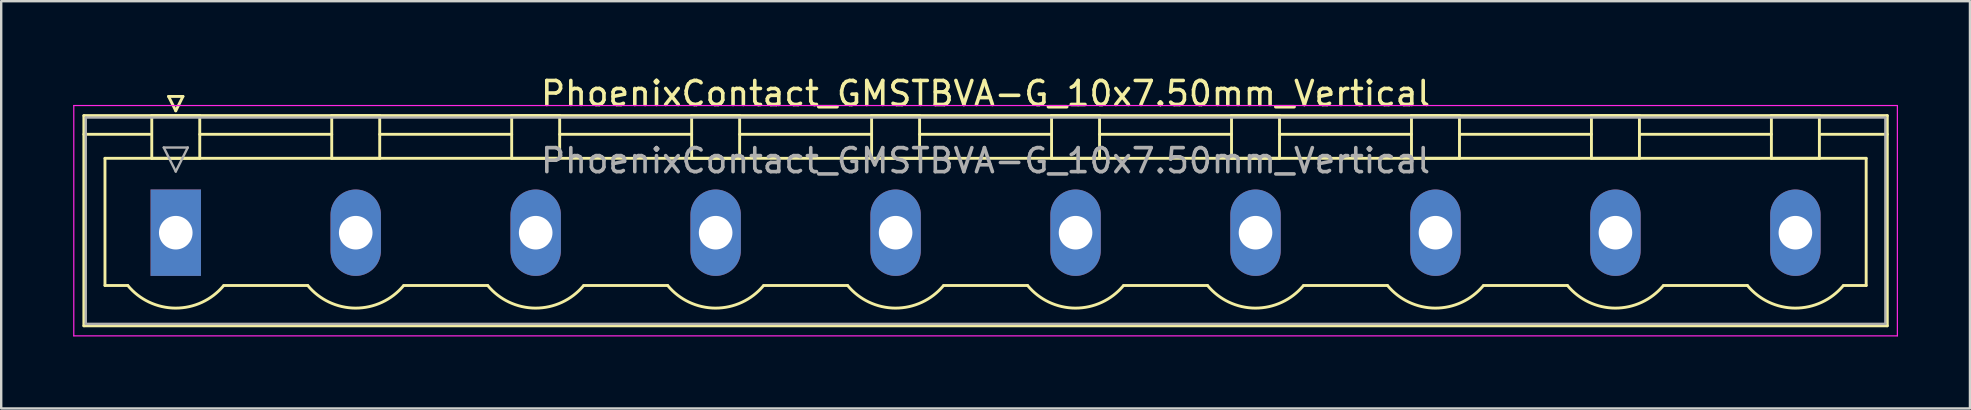
<source format=kicad_pcb>
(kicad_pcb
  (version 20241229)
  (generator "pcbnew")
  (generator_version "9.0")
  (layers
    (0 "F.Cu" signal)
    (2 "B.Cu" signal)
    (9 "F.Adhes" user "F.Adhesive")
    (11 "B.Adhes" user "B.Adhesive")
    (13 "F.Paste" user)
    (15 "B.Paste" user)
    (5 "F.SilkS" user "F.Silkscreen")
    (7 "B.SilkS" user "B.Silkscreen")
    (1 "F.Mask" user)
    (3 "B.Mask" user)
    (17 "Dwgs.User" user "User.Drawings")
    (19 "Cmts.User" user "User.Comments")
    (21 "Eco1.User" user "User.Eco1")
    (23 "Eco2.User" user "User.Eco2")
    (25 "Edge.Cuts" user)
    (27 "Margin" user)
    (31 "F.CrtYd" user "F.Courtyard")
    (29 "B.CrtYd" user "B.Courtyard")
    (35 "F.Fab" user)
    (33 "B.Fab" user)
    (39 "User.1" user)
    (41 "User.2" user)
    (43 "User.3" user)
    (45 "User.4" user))
  (footprint "PhoenixContact_GMSTBVA-G_10x7.50mm_Vertical"
    (layer "F.Cu")
    (at 4.275 6.648)
    (property "Reference" "PhoenixContact_GMSTBVA-G_10x7.50mm_Vertical" (at 33.75 -5.8 0) (layer "F.SilkS") (effects (font (size 1 1) (thickness 0.15))))
    (attr through_hole)
    (fp_line (start -3.83 -4.88) (end -3.83 3.88) (stroke (width 0.12) (type solid)) (layer "F.SilkS"))
    (fp_line (start -3.83 -4.1) (end -1.08 -4.1) (stroke (width 0.12) (type solid)) (layer "F.SilkS"))
    (fp_line (start -3.83 3.88) (end 71.33 3.88) (stroke (width 0.12) (type solid)) (layer "F.SilkS"))
    (fp_line (start -2.95 -3.1) (end 70.45 -3.1) (stroke (width 0.12) (type solid)) (layer "F.SilkS"))
    (fp_line (start -2.95 2.2) (end -2.95 -3.1) (stroke (width 0.12) (type solid)) (layer "F.SilkS"))
    (fp_line (start -2 2.2) (end -2.95 2.2) (stroke (width 0.12) (type solid)) (layer "F.SilkS"))
    (fp_line (start -1 -4.88) (end 1 -4.88) (stroke (width 0.12) (type solid)) (layer "F.SilkS"))
    (fp_line (start -1 -3.1) (end -1 -4.88) (stroke (width 0.12) (type solid)) (layer "F.SilkS"))
    (fp_line (start -0.3 -5.68) (end 0.3 -5.68) (stroke (width 0.12) (type solid)) (layer "F.SilkS"))
    (fp_line (start 0 -5.08) (end -0.3 -5.68) (stroke (width 0.12) (type solid)) (layer "F.SilkS"))
    (fp_line (start 0.3 -5.68) (end 0 -5.08) (stroke (width 0.12) (type solid)) (layer "F.SilkS"))
    (fp_line (start 1 -4.88) (end 1 -3.1) (stroke (width 0.12) (type solid)) (layer "F.SilkS"))
    (fp_line (start 1 -4.1) (end 6.5 -4.1) (stroke (width 0.12) (type solid)) (layer "F.SilkS"))
    (fp_line (start 1 -3.1) (end -1 -3.1) (stroke (width 0.12) (type solid)) (layer "F.SilkS"))
    (fp_line (start 2 2.2) (end 5.5 2.2) (stroke (width 0.12) (type solid)) (layer "F.SilkS"))
    (fp_line (start 6.5 -4.88) (end 8.5 -4.88) (stroke (width 0.12) (type solid)) (layer "F.SilkS"))
    (fp_line (start 6.5 -3.1) (end 6.5 -4.88) (stroke (width 0.12) (type solid)) (layer "F.SilkS"))
    (fp_line (start 8.5 -4.88) (end 8.5 -3.1) (stroke (width 0.12) (type solid)) (layer "F.SilkS"))
    (fp_line (start 8.5 -4.1) (end 14 -4.1) (stroke (width 0.12) (type solid)) (layer "F.SilkS"))
    (fp_line (start 8.5 -3.1) (end 6.5 -3.1) (stroke (width 0.12) (type solid)) (layer "F.SilkS"))
    (fp_line (start 9.5 2.2) (end 13 2.2) (stroke (width 0.12) (type solid)) (layer "F.SilkS"))
    (fp_line (start 14 -4.88) (end 16 -4.88) (stroke (width 0.12) (type solid)) (layer "F.SilkS"))
    (fp_line (start 14 -3.1) (end 14 -4.88) (stroke (width 0.12) (type solid)) (layer "F.SilkS"))
    (fp_line (start 16 -4.88) (end 16 -3.1) (stroke (width 0.12) (type solid)) (layer "F.SilkS"))
    (fp_line (start 16 -4.1) (end 21.5 -4.1) (stroke (width 0.12) (type solid)) (layer "F.SilkS"))
    (fp_line (start 16 -3.1) (end 14 -3.1) (stroke (width 0.12) (type solid)) (layer "F.SilkS"))
    (fp_line (start 17 2.2) (end 20.5 2.2) (stroke (width 0.12) (type solid)) (layer "F.SilkS"))
    (fp_line (start 21.5 -4.88) (end 23.5 -4.88) (stroke (width 0.12) (type solid)) (layer "F.SilkS"))
    (fp_line (start 21.5 -3.1) (end 21.5 -4.88) (stroke (width 0.12) (type solid)) (layer "F.SilkS"))
    (fp_line (start 23.5 -4.88) (end 23.5 -3.1) (stroke (width 0.12) (type solid)) (layer "F.SilkS"))
    (fp_line (start 23.5 -4.1) (end 29 -4.1) (stroke (width 0.12) (type solid)) (layer "F.SilkS"))
    (fp_line (start 23.5 -3.1) (end 21.5 -3.1) (stroke (width 0.12) (type solid)) (layer "F.SilkS"))
    (fp_line (start 24.5 2.2) (end 28 2.2) (stroke (width 0.12) (type solid)) (layer "F.SilkS"))
    (fp_line (start 29 -4.88) (end 31 -4.88) (stroke (width 0.12) (type solid)) (layer "F.SilkS"))
    (fp_line (start 29 -3.1) (end 29 -4.88) (stroke (width 0.12) (type solid)) (layer "F.SilkS"))
    (fp_line (start 31 -4.88) (end 31 -3.1) (stroke (width 0.12) (type solid)) (layer "F.SilkS"))
    (fp_line (start 31 -4.1) (end 36.5 -4.1) (stroke (width 0.12) (type solid)) (layer "F.SilkS"))
    (fp_line (start 31 -3.1) (end 29 -3.1) (stroke (width 0.12) (type solid)) (layer "F.SilkS"))
    (fp_line (start 32 2.2) (end 35.5 2.2) (stroke (width 0.12) (type solid)) (layer "F.SilkS"))
    (fp_line (start 36.5 -4.88) (end 38.5 -4.88) (stroke (width 0.12) (type solid)) (layer "F.SilkS"))
    (fp_line (start 36.5 -3.1) (end 36.5 -4.88) (stroke (width 0.12) (type solid)) (layer "F.SilkS"))
    (fp_line (start 38.5 -4.88) (end 38.5 -3.1) (stroke (width 0.12) (type solid)) (layer "F.SilkS"))
    (fp_line (start 38.5 -4.1) (end 44 -4.1) (stroke (width 0.12) (type solid)) (layer "F.SilkS"))
    (fp_line (start 38.5 -3.1) (end 36.5 -3.1) (stroke (width 0.12) (type solid)) (layer "F.SilkS"))
    (fp_line (start 39.5 2.2) (end 43 2.2) (stroke (width 0.12) (type solid)) (layer "F.SilkS"))
    (fp_line (start 44 -4.88) (end 46 -4.88) (stroke (width 0.12) (type solid)) (layer "F.SilkS"))
    (fp_line (start 44 -3.1) (end 44 -4.88) (stroke (width 0.12) (type solid)) (layer "F.SilkS"))
    (fp_line (start 46 -4.88) (end 46 -3.1) (stroke (width 0.12) (type solid)) (layer "F.SilkS"))
    (fp_line (start 46 -4.1) (end 51.5 -4.1) (stroke (width 0.12) (type solid)) (layer "F.SilkS"))
    (fp_line (start 46 -3.1) (end 44 -3.1) (stroke (width 0.12) (type solid)) (layer "F.SilkS"))
    (fp_line (start 47 2.2) (end 50.5 2.2) (stroke (width 0.12) (type solid)) (layer "F.SilkS"))
    (fp_line (start 51.5 -4.88) (end 53.5 -4.88) (stroke (width 0.12) (type solid)) (layer "F.SilkS"))
    (fp_line (start 51.5 -3.1) (end 51.5 -4.88) (stroke (width 0.12) (type solid)) (layer "F.SilkS"))
    (fp_line (start 53.5 -4.88) (end 53.5 -3.1) (stroke (width 0.12) (type solid)) (layer "F.SilkS"))
    (fp_line (start 53.5 -4.1) (end 59 -4.1) (stroke (width 0.12) (type solid)) (layer "F.SilkS"))
    (fp_line (start 53.5 -3.1) (end 51.5 -3.1) (stroke (width 0.12) (type solid)) (layer "F.SilkS"))
    (fp_line (start 54.5 2.2) (end 58 2.2) (stroke (width 0.12) (type solid)) (layer "F.SilkS"))
    (fp_line (start 59 -4.88) (end 61 -4.88) (stroke (width 0.12) (type solid)) (layer "F.SilkS"))
    (fp_line (start 59 -3.1) (end 59 -4.88) (stroke (width 0.12) (type solid)) (layer "F.SilkS"))
    (fp_line (start 61 -4.88) (end 61 -3.1) (stroke (width 0.12) (type solid)) (layer "F.SilkS"))
    (fp_line (start 61 -4.1) (end 66.5 -4.1) (stroke (width 0.12) (type solid)) (layer "F.SilkS"))
    (fp_line (start 61 -3.1) (end 59 -3.1) (stroke (width 0.12) (type solid)) (layer "F.SilkS"))
    (fp_line (start 62 2.2) (end 65.5 2.2) (stroke (width 0.12) (type solid)) (layer "F.SilkS"))
    (fp_line (start 66.5 -4.88) (end 68.5 -4.88) (stroke (width 0.12) (type solid)) (layer "F.SilkS"))
    (fp_line (start 66.5 -3.1) (end 66.5 -4.88) (stroke (width 0.12) (type solid)) (layer "F.SilkS"))
    (fp_line (start 68.5 -4.88) (end 68.5 -3.1) (stroke (width 0.12) (type solid)) (layer "F.SilkS"))
    (fp_line (start 68.5 -3.1) (end 66.5 -3.1) (stroke (width 0.12) (type solid)) (layer "F.SilkS"))
    (fp_line (start 70.45 -3.1) (end 70.45 2.2) (stroke (width 0.12) (type solid)) (layer "F.SilkS"))
    (fp_line (start 70.45 2.2) (end 69.5 2.2) (stroke (width 0.12) (type solid)) (layer "F.SilkS"))
    (fp_line (start 71.33 -4.88) (end -3.83 -4.88) (stroke (width 0.12) (type solid)) (layer "F.SilkS"))
    (fp_line (start 71.33 -4.1) (end 68.58 -4.1) (stroke (width 0.12) (type solid)) (layer "F.SilkS"))
    (fp_line (start 71.33 3.88) (end 71.33 -4.88) (stroke (width 0.12) (type solid)) (layer "F.SilkS"))
    (fp_arc (start 1.986842 2.215821) (mid -0.010289 3.142758) (end -2 2.2) (stroke (width 0.12) (type solid)) (layer "F.SilkS"))
    (fp_arc (start 9.486842 2.215821) (mid 7.489711 3.142758) (end 5.5 2.2) (stroke (width 0.12) (type solid)) (layer "F.SilkS"))
    (fp_arc (start 16.986842 2.215821) (mid 14.989711 3.142758) (end 13 2.2) (stroke (width 0.12) (type solid)) (layer "F.SilkS"))
    (fp_arc (start 24.486842 2.215821) (mid 22.489711 3.142758) (end 20.5 2.2) (stroke (width 0.12) (type solid)) (layer "F.SilkS"))
    (fp_arc (start 31.986842 2.215821) (mid 29.989711 3.142758) (end 28 2.2) (stroke (width 0.12) (type solid)) (layer "F.SilkS"))
    (fp_arc (start 39.486842 2.215821) (mid 37.489711 3.142758) (end 35.5 2.2) (stroke (width 0.12) (type solid)) (layer "F.SilkS"))
    (fp_arc (start 46.986842 2.215821) (mid 44.989711 3.142758) (end 43 2.2) (stroke (width 0.12) (type solid)) (layer "F.SilkS"))
    (fp_arc (start 54.486842 2.215821) (mid 52.489711 3.142758) (end 50.5 2.2) (stroke (width 0.12) (type solid)) (layer "F.SilkS"))
    (fp_arc (start 61.986842 2.215821) (mid 59.989711 3.142758) (end 58 2.2) (stroke (width 0.12) (type solid)) (layer "F.SilkS"))
    (fp_arc (start 69.486842 2.215821) (mid 67.489711 3.142758) (end 65.5 2.2) (stroke (width 0.12) (type solid)) (layer "F.SilkS"))
    (fp_line (start -4.25 -5.3) (end -4.25 4.3) (stroke (width 0.05) (type solid)) (layer "F.CrtYd"))
    (fp_line (start -4.25 4.3) (end 71.75 4.3) (stroke (width 0.05) (type solid)) (layer "F.CrtYd"))
    (fp_line (start 71.75 -5.3) (end -4.25 -5.3) (stroke (width 0.05) (type solid)) (layer "F.CrtYd"))
    (fp_line (start 71.75 4.3) (end 71.75 -5.3) (stroke (width 0.05) (type solid)) (layer "F.CrtYd"))
    (fp_line (start -3.75 -4.8) (end -3.75 3.8) (stroke (width 0.1) (type solid)) (layer "F.Fab"))
    (fp_line (start -3.75 3.8) (end 71.25 3.8) (stroke (width 0.1) (type solid)) (layer "F.Fab"))
    (fp_line (start -0.5 -3.55) (end 0.5 -3.55) (stroke (width 0.1) (type solid)) (layer "F.Fab"))
    (fp_line (start 0 -2.55) (end -0.5 -3.55) (stroke (width 0.1) (type solid)) (layer "F.Fab"))
    (fp_line (start 0.5 -3.55) (end 0 -2.55) (stroke (width 0.1) (type solid)) (layer "F.Fab"))
    (fp_line (start 71.25 -4.8) (end -3.75 -4.8) (stroke (width 0.1) (type solid)) (layer "F.Fab"))
    (fp_line (start 71.25 3.8) (end 71.25 -4.8) (stroke (width 0.1) (type solid)) (layer "F.Fab"))
    (fp_text user "${REFERENCE}" (at 33.75 -3 0) (layer "F.Fab") (effects (font (size 1 1) (thickness 0.15))))
    (pad "1" thru_hole rect (at 0 0) (size 2.1 3.6) (drill 1.4) (layers "*.Cu" "*.Mask"))
    (pad "2" thru_hole oval (at 7.5 0) (size 2.1 3.6) (drill 1.4) (layers "*.Cu" "*.Mask"))
    (pad "3" thru_hole oval (at 15 0) (size 2.1 3.6) (drill 1.4) (layers "*.Cu" "*.Mask"))
    (pad "4" thru_hole oval (at 22.5 0) (size 2.1 3.6) (drill 1.4) (layers "*.Cu" "*.Mask"))
    (pad "5" thru_hole oval (at 30 0) (size 2.1 3.6) (drill 1.4) (layers "*.Cu" "*.Mask"))
    (pad "6" thru_hole oval (at 37.5 0) (size 2.1 3.6) (drill 1.4) (layers "*.Cu" "*.Mask"))
    (pad "7" thru_hole oval (at 45 0) (size 2.1 3.6) (drill 1.4) (layers "*.Cu" "*.Mask"))
    (pad "8" thru_hole oval (at 52.5 0) (size 2.1 3.6) (drill 1.4) (layers "*.Cu" "*.Mask"))
    (pad "9" thru_hole oval (at 60 0) (size 2.1 3.6) (drill 1.4) (layers "*.Cu" "*.Mask"))
    (pad "10" thru_hole oval (at 67.5 0) (size 2.1 3.6) (drill 1.4) (layers "*.Cu" "*.Mask")))
  (gr_rect
    (start -3 -3)
    (end 79.05 13.973)
    (stroke (width 0.1) (type default))
    (fill no)
    (layer "Edge.Cuts")))
</source>
